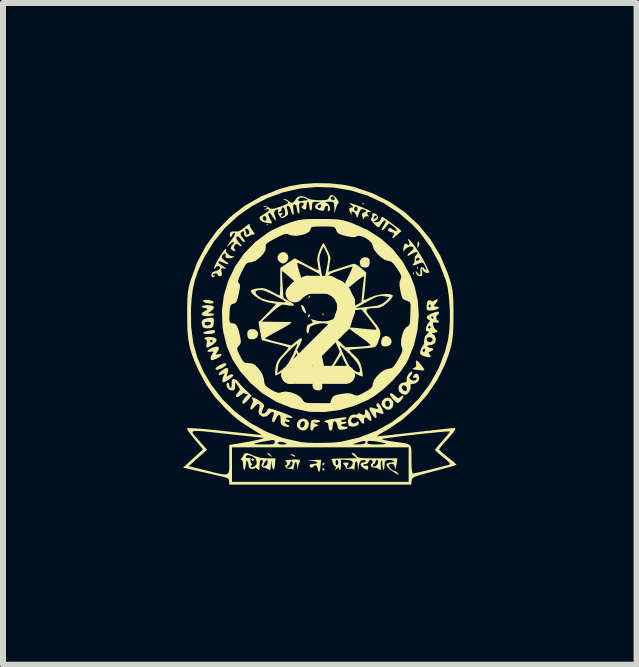
<source format=kicad_pcb>
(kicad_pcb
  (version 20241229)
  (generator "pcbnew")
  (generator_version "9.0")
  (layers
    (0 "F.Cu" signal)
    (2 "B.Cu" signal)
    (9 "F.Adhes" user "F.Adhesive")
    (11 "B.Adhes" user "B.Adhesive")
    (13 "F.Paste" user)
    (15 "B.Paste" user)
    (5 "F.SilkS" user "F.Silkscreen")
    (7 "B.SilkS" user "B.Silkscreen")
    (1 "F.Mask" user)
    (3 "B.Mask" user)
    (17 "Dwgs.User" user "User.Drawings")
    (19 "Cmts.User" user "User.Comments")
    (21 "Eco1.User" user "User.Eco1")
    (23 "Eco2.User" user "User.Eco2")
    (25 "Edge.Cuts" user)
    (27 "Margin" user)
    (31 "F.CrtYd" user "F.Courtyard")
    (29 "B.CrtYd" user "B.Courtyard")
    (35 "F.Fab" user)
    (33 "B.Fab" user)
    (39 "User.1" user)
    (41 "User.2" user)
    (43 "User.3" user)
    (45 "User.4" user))
  (footprint "2"
    (layer "F.Cu")
    (at 2.285 2.515)
    (property "Reference" "2" (at 0 0 0) (layer "F.SilkS") (effects (font (size 1.5 1.5) (thickness 0.3))))
    (attr board_only exclude_from_pos_files exclude_from_bom)
    (fp_poly (pts (xy -0.873 -1.827) (xy -0.885 -1.816) (xy -0.896 -1.827) (xy -0.885 -1.839)) (stroke (width 0) (type solid)) (fill yes) (layer "F.SilkS"))
    (fp_poly (pts (xy 0.345 -0.264) (xy 0.333 -0.253) (xy 0.322 -0.264) (xy 0.333 -0.276)) (stroke (width 0) (type solid)) (fill yes) (layer "F.SilkS"))
    (fp_poly (pts (xy 0.061 -0.337) (xy 0.058 -0.323) (xy 0.046 -0.322) (xy 0.027 -0.33) (xy 0.031 -0.337) (xy 0.058 -0.34)) (stroke (width 0) (type solid)) (fill yes) (layer "F.SilkS"))
    (fp_poly (pts (xy 0.291 -0.314) (xy 0.294 -0.287) (xy 0.291 -0.283) (xy 0.277 -0.287) (xy 0.276 -0.299) (xy 0.284 -0.318)) (stroke (width 0) (type solid)) (fill yes) (layer "F.SilkS"))
    (fp_poly (pts (xy 0.728 -2.176) (xy 0.725 -2.162) (xy 0.713 -2.161) (xy 0.694 -2.169) (xy 0.697 -2.176) (xy 0.725 -2.179)) (stroke (width 0) (type solid)) (fill yes) (layer "F.SilkS"))
    (fp_poly (pts (xy 1.555 -1.027) (xy 1.558 -0.999) (xy 1.555 -0.996) (xy 1.542 -0.999) (xy 1.54 -1.011) (xy 1.549 -1.03)) (stroke (width 0) (type solid)) (fill yes) (layer "F.SilkS"))
    (fp_poly (pts (xy 1.624 -1.119) (xy 1.627 -1.091) (xy 1.624 -1.088) (xy 1.611 -1.091) (xy 1.609 -1.103) (xy 1.617 -1.122)) (stroke (width 0) (type solid)) (fill yes) (layer "F.SilkS"))
    (fp_poly (pts (xy -0.847 1.993) (xy -0.828 2.011) (xy -0.807 2.041) (xy -0.821 2.039) (xy -0.861 2.011) (xy -0.886 1.986) (xy -0.881 1.977)) (stroke (width 0) (type solid)) (fill yes) (layer "F.SilkS"))
    (fp_poly (pts (xy -0.171 -0.329) (xy -0.175 -0.312) (xy -0.194 -0.279) (xy -0.206 -0.285) (xy -0.207 -0.297) (xy -0.19 -0.329) (xy -0.184 -0.333)) (stroke (width 0) (type solid)) (fill yes) (layer "F.SilkS"))
    (fp_poly (pts (xy 0.272 -0.634) (xy 0.297 -0.613) (xy 0.299 -0.608) (xy 0.288 -0.598) (xy 0.265 -0.62) (xy 0.262 -0.624) (xy 0.259 -0.64)) (stroke (width 0) (type solid)) (fill yes) (layer "F.SilkS"))
    (fp_poly (pts (xy -1.104 2.086) (xy -1.103 2.092) (xy -1.121 2.114) (xy -1.126 2.115) (xy -1.149 2.097) (xy -1.149 2.092) (xy -1.132 2.069) (xy -1.126 2.069)) (stroke (width 0) (type solid)) (fill yes) (layer "F.SilkS"))
    (fp_poly (pts (xy -0.437 2.012) (xy -0.425 2.023) (xy -0.416 2.041) (xy -0.429 2.04) (xy -0.471 2.023) (xy -0.5 2.008) (xy -0.487 2.002) (xy -0.478 2.001)) (stroke (width 0) (type solid)) (fill yes) (layer "F.SilkS"))
    (fp_poly (pts (xy -0.168 -0.629) (xy -0.172 -0.621) (xy -0.194 -0.599) (xy -0.198 -0.598) (xy -0.2 -0.612) (xy -0.195 -0.621) (xy -0.174 -0.643) (xy -0.17 -0.644)) (stroke (width 0) (type solid)) (fill yes) (layer "F.SilkS"))
    (fp_poly (pts (xy 0.068 2.246) (xy 0.069 2.253) (xy 0.061 2.275) (xy 0.059 2.276) (xy 0.039 2.26) (xy 0.034 2.253) (xy 0.036 2.231) (xy 0.045 2.23)) (stroke (width 0) (type solid)) (fill yes) (layer "F.SilkS"))
    (fp_poly (pts (xy 0.069 2.156) (xy 0.069 2.161) (xy 0.051 2.183) (xy 0.045 2.184) (xy 0.031 2.17) (xy 0.034 2.161) (xy 0.055 2.139) (xy 0.059 2.138)) (stroke (width 0) (type solid)) (fill yes) (layer "F.SilkS"))
    (fp_poly (pts (xy 1.64 -1.542) (xy 1.65 -1.5) (xy 1.64 -1.467) (xy 1.624 -1.436) (xy 1.618 -1.444) (xy 1.617 -1.49) (xy 1.622 -1.539) (xy 1.638 -1.543)) (stroke (width 0) (type solid)) (fill yes) (layer "F.SilkS"))
    (fp_poly (pts (xy 0.401 -0.465) (xy 0.387 -0.425) (xy 0.361 -0.384) (xy 0.336 -0.366) (xy 0.323 -0.379) (xy 0.323 -0.385) (xy 0.336 -0.417) (xy 0.365 -0.456) (xy 0.393 -0.481) (xy 0.399 -0.483)) (stroke (width 0) (type solid)) (fill yes) (layer "F.SilkS"))
    (fp_poly (pts (xy -1.836 -0.564) (xy -1.792 -0.55) (xy -1.776 -0.534) (xy -1.787 -0.514) (xy -1.832 -0.509) (xy -1.9 -0.518) (xy -1.914 -0.522) (xy -1.948 -0.541) (xy -1.954 -0.555) (xy -1.935 -0.569) (xy -1.89 -0.571)) (stroke (width 0) (type solid)) (fill yes) (layer "F.SilkS"))
    (fp_poly (pts (xy -0.278 -0.464) (xy -0.267 -0.442) (xy -0.247 -0.392) (xy -0.239 -0.374) (xy -0.239 -0.348) (xy -0.247 -0.345) (xy -0.271 -0.363) (xy -0.295 -0.403) (xy -0.317 -0.455) (xy -0.319 -0.478) (xy -0.302 -0.483)) (stroke (width 0) (type solid)) (fill yes) (layer "F.SilkS"))
    (fp_poly (pts (xy 0.791 -1.273) (xy 0.82 -1.244) (xy 0.823 -1.187) (xy 0.81 -1.134) (xy 0.777 -1.112) (xy 0.754 -1.108) (xy 0.696 -1.116) (xy 0.668 -1.146) (xy 0.655 -1.207) (xy 0.679 -1.255) (xy 0.728 -1.281)) (stroke (width 0) (type solid)) (fill yes) (layer "F.SilkS"))
    (fp_poly (pts (xy -1.755 -0.061) (xy -1.753 -0.034) (xy -1.758 -0.025) (xy -1.786 -0.01) (xy -1.838 -0.002) (xy -1.895 -0.001) (xy -1.939 -0.008) (xy -1.954 -0.021) (xy -1.934 -0.036) (xy -1.886 -0.052) (xy -1.828 -0.063) (xy -1.778 -0.067)) (stroke (width 0) (type solid)) (fill yes) (layer "F.SilkS"))
    (fp_poly (pts (xy -1.563 0.493) (xy -1.573 0.519) (xy -1.612 0.552) (xy -1.631 0.563) (xy -1.702 0.593) (xy -1.74 0.592) (xy -1.747 0.575) (xy -1.728 0.551) (xy -1.684 0.521) (xy -1.632 0.495) (xy -1.589 0.483) (xy -1.587 0.483)) (stroke (width 0) (type solid)) (fill yes) (layer "F.SilkS"))
    (fp_poly (pts (xy -1.096 -0.081) (xy -1.05 -0.049) (xy -1.034 -0.002) (xy -1.053 0.055) (xy -1.102 0.085) (xy -1.169 0.084) (xy -1.19 0.077) (xy -1.21 0.048) (xy -1.218 -0.001) (xy -1.208 -0.054) (xy -1.171 -0.08) (xy -1.161 -0.083)) (stroke (width 0) (type solid)) (fill yes) (layer "F.SilkS"))
    (fp_poly (pts (xy 0.009 0.787) (xy 0.033 0.842) (xy 0.034 0.864) (xy 0.027 0.914) (xy -0.006 0.935) (xy -0.025 0.938) (xy -0.081 0.931) (xy -0.113 0.91) (xy -0.134 0.854) (xy -0.115 0.799) (xy -0.086 0.773) (xy -0.034 0.761)) (stroke (width 0) (type solid)) (fill yes) (layer "F.SilkS"))
    (fp_poly (pts (xy -0.575 -1.356) (xy -0.538 -1.315) (xy -0.531 -1.259) (xy -0.555 -1.21) (xy -0.573 -1.196) (xy -0.612 -1.177) (xy -0.638 -1.178) (xy -0.672 -1.197) (xy -0.709 -1.238) (xy -0.713 -1.287) (xy -0.689 -1.333) (xy -0.648 -1.363) (xy -0.594 -1.364)) (stroke (width 0) (type solid)) (fill yes) (layer "F.SilkS"))
    (fp_poly (pts (xy 1.142 0.045) (xy 1.178 0.082) (xy 1.189 0.131) (xy 1.171 0.174) (xy 1.129 0.199) (xy 1.073 0.207) (xy 1.029 0.194) (xy 1.027 0.192) (xy 1.012 0.15) (xy 1.018 0.094) (xy 1.042 0.049) (xy 1.045 0.047) (xy 1.094 0.029)) (stroke (width 0) (type solid)) (fill yes) (layer "F.SilkS"))
    (fp_poly (pts (xy 1.216 1.001) (xy 1.24 1.022) (xy 1.283 1.059) (xy 1.31 1.066) (xy 1.332 1.047) (xy 1.366 1.024) (xy 1.384 1.026) (xy 1.383 1.047) (xy 1.36 1.085) (xy 1.327 1.124) (xy 1.296 1.147) (xy 1.288 1.149) (xy 1.264 1.134) (xy 1.223 1.097) (xy 1.209 1.082) (xy 1.168 1.029) (xy 1.158 0.992) (xy 1.175 0.981)) (stroke (width 0) (type solid)) (fill yes) (layer "F.SilkS"))
    (fp_poly (pts (xy 1.627 0.455) (xy 1.664 0.493) (xy 1.7 0.538) (xy 1.726 0.579) (xy 1.732 0.602) (xy 1.73 0.602) (xy 1.699 0.604) (xy 1.639 0.6) (xy 1.609 0.596) (xy 1.55 0.586) (xy 1.532 0.577) (xy 1.551 0.566) (xy 1.557 0.564) (xy 1.594 0.54) (xy 1.596 0.497) (xy 1.595 0.492) (xy 1.591 0.451) (xy 1.601 0.438)) (stroke (width 0) (type solid)) (fill yes) (layer "F.SilkS"))
    (fp_poly (pts (xy -0.022 1.433) (xy -0.001 1.449) (xy -0.017 1.466) (xy -0.063 1.473) (xy -0.126 1.474) (xy -0.069 1.5) (xy -0.03 1.518) (xy -0.031 1.527) (xy -0.063 1.534) (xy -0.104 1.554) (xy -0.115 1.576) (xy -0.131 1.606) (xy -0.144 1.609) (xy -0.163 1.591) (xy -0.166 1.535) (xy -0.165 1.517) (xy -0.156 1.458) (xy -0.138 1.432) (xy -0.096 1.425) (xy -0.078 1.425)) (stroke (width 0) (type solid)) (fill yes) (layer "F.SilkS"))
    (fp_poly (pts (xy -0.214 1.433) (xy -0.189 1.485) (xy -0.202 1.55) (xy -0.243 1.598) (xy -0.301 1.605) (xy -0.351 1.584) (xy -0.387 1.542) (xy -0.389 1.508) (xy -0.337 1.508) (xy -0.331 1.543) (xy -0.303 1.559) (xy -0.274 1.541) (xy -0.257 1.498) (xy -0.263 1.457) (xy -0.283 1.448) (xy -0.319 1.467) (xy -0.337 1.508) (xy -0.389 1.508) (xy -0.391 1.49) (xy -0.366 1.442) (xy -0.32 1.41) (xy -0.274 1.406)) (stroke (width 0) (type solid)) (fill yes) (layer "F.SilkS"))
    (fp_poly (pts (xy 1.175 1.074) (xy 1.21 1.119) (xy 1.218 1.161) (xy 1.201 1.224) (xy 1.159 1.258) (xy 1.103 1.257) (xy 1.046 1.218) (xy 1.018 1.175) (xy 1.021 1.155) (xy 1.078 1.155) (xy 1.089 1.195) (xy 1.096 1.203) (xy 1.129 1.213) (xy 1.155 1.189) (xy 1.161 1.159) (xy 1.143 1.119) (xy 1.121 1.108) (xy 1.091 1.119) (xy 1.078 1.155) (xy 1.021 1.155) (xy 1.024 1.129) (xy 1.03 1.115) (xy 1.071 1.069) (xy 1.124 1.056)) (stroke (width 0) (type solid)) (fill yes) (layer "F.SilkS"))
    (fp_poly (pts (xy -1.801 -0.475) (xy -1.77 -0.452) (xy -1.783 -0.417) (xy -1.822 -0.383) (xy -1.873 -0.347) (xy -1.822 -0.346) (xy -1.776 -0.339) (xy -1.769 -0.325) (xy -1.792 -0.311) (xy -1.842 -0.3) (xy -1.873 -0.299) (xy -1.943 -0.304) (xy -1.974 -0.32) (xy -1.977 -0.332) (xy -1.958 -0.365) (xy -1.931 -0.379) (xy -1.894 -0.4) (xy -1.885 -0.415) (xy -1.904 -0.433) (xy -1.931 -0.437) (xy -1.968 -0.446) (xy -1.977 -0.46) (xy -1.956 -0.473) (xy -1.904 -0.482) (xy -1.873 -0.483)) (stroke (width 0) (type solid)) (fill yes) (layer "F.SilkS"))
    (fp_poly (pts (xy 0.984 1.168) (xy 1.011 1.212) (xy 1.037 1.264) (xy 1.051 1.308) (xy 1.05 1.326) (xy 1.02 1.328) (xy 0.977 1.314) (xy 0.936 1.299) (xy 0.926 1.312) (xy 0.933 1.345) (xy 0.937 1.39) (xy 0.921 1.399) (xy 0.89 1.374) (xy 0.852 1.319) (xy 0.82 1.255) (xy 0.82 1.224) (xy 0.854 1.221) (xy 0.897 1.235) (xy 0.945 1.245) (xy 0.967 1.237) (xy 0.955 1.215) (xy 0.942 1.207) (xy 0.93 1.18) (xy 0.946 1.154) (xy 0.962 1.149)) (stroke (width 0) (type solid)) (fill yes) (layer "F.SilkS"))
    (fp_poly (pts (xy -1.789 -0.271) (xy -1.773 -0.245) (xy -1.774 -0.193) (xy -1.774 -0.19) (xy -1.783 -0.133) (xy -1.805 -0.107) (xy -1.855 -0.097) (xy -1.865 -0.096) (xy -1.929 -0.099) (xy -1.96 -0.121) (xy -1.962 -0.127) (xy -1.972 -0.173) (xy -1.929 -0.173) (xy -1.915 -0.152) (xy -1.877 -0.141) (xy -1.836 -0.158) (xy -1.822 -0.178) (xy -1.833 -0.201) (xy -1.871 -0.207) (xy -1.92 -0.198) (xy -1.929 -0.173) (xy -1.972 -0.173) (xy -1.978 -0.197) (xy -1.957 -0.24) (xy -1.905 -0.261) (xy -1.829 -0.274)) (stroke (width 0) (type solid)) (fill yes) (layer "F.SilkS"))
    (fp_poly (pts (xy -1.691 0.217) (xy -1.692 0.255) (xy -1.717 0.299) (xy -1.74 0.335) (xy -1.733 0.342) (xy -1.706 0.335) (xy -1.66 0.329) (xy -1.646 0.344) (xy -1.664 0.371) (xy -1.712 0.4) (xy -1.714 0.402) (xy -1.773 0.426) (xy -1.803 0.434) (xy -1.817 0.429) (xy -1.827 0.414) (xy -1.826 0.381) (xy -1.805 0.337) (xy -1.782 0.298) (xy -1.79 0.288) (xy -1.827 0.293) (xy -1.873 0.295) (xy -1.883 0.281) (xy -1.858 0.256) (xy -1.802 0.227) (xy -1.794 0.224) (xy -1.726 0.206)) (stroke (width 0) (type solid)) (fill yes) (layer "F.SilkS"))
    (fp_poly (pts (xy -1.805 0.049) (xy -1.76 0.06) (xy -1.727 0.088) (xy -1.736 0.126) (xy -1.786 0.172) (xy -1.801 0.182) (xy -1.862 0.217) (xy -1.893 0.225) (xy -1.9 0.204) (xy -1.893 0.161) (xy -1.89 0.115) (xy -1.839 0.115) (xy -1.821 0.137) (xy -1.816 0.138) (xy -1.794 0.12) (xy -1.793 0.115) (xy -1.81 0.093) (xy -1.816 0.092) (xy -1.838 0.109) (xy -1.839 0.115) (xy -1.89 0.115) (xy -1.89 0.108) (xy -1.905 0.092) (xy -1.93 0.076) (xy -1.931 0.069) (xy -1.911 0.053) (xy -1.863 0.046)) (stroke (width 0) (type solid)) (fill yes) (layer "F.SilkS"))
    (fp_poly (pts (xy -1.532 0.6) (xy -1.55 0.671) (xy -1.552 0.678) (xy -1.561 0.709) (xy -1.546 0.702) (xy -1.539 0.695) (xy -1.498 0.671) (xy -1.462 0.669) (xy -1.448 0.688) (xy -1.466 0.71) (xy -1.508 0.744) (xy -1.559 0.778) (xy -1.602 0.801) (xy -1.618 0.805) (xy -1.63 0.786) (xy -1.632 0.769) (xy -1.622 0.719) (xy -1.607 0.686) (xy -1.593 0.655) (xy -1.608 0.655) (xy -1.632 0.667) (xy -1.68 0.684) (xy -1.696 0.673) (xy -1.68 0.642) (xy -1.644 0.607) (xy -1.581 0.567) (xy -1.543 0.565)) (stroke (width 0) (type solid)) (fill yes) (layer "F.SilkS"))
    (fp_poly (pts (xy 0.005 2.178) (xy -0.003 2.25) (xy -0.01 2.285) (xy -0.02 2.292) (xy -0.029 2.285) (xy -0.044 2.25) (xy -0.046 2.226) (xy -0.061 2.192) (xy -0.093 2.185) (xy -0.119 2.208) (xy -0.12 2.211) (xy -0.143 2.226) (xy -0.157 2.221) (xy -0.183 2.192) (xy -0.168 2.17) (xy -0.116 2.161) (xy -0.115 2.161) (xy -0.061 2.155) (xy -0.048 2.14) (xy -0.071 2.123) (xy -0.128 2.11) (xy -0.144 2.109) (xy -0.194 2.104) (xy -0.204 2.1) (xy -0.173 2.098) (xy -0.114 2.096) (xy 0.014 2.092)) (stroke (width 0) (type solid)) (fill yes) (layer "F.SilkS"))
    (fp_poly (pts (xy 1.955 -0.574) (xy 1.944 -0.541) (xy 1.916 -0.502) (xy 1.891 -0.471) (xy 1.903 -0.461) (xy 1.929 -0.46) (xy 1.97 -0.453) (xy 1.974 -0.436) (xy 1.949 -0.416) (xy 1.9 -0.4) (xy 1.866 -0.395) (xy 1.805 -0.393) (xy 1.778 -0.403) (xy 1.77 -0.437) (xy 1.77 -0.466) (xy 1.802 -0.466) (xy 1.805 -0.458) (xy 1.828 -0.438) (xy 1.838 -0.461) (xy 1.839 -0.473) (xy 1.828 -0.496) (xy 1.816 -0.494) (xy 1.802 -0.466) (xy 1.77 -0.466) (xy 1.77 -0.469) (xy 1.779 -0.535) (xy 1.803 -0.568) (xy 1.836 -0.562) (xy 1.845 -0.555) (xy 1.876 -0.544) (xy 1.912 -0.567) (xy 1.944 -0.586)) (stroke (width 0) (type solid)) (fill yes) (layer "F.SilkS"))
    (fp_poly (pts (xy -0.143 -0.249) (xy -0.126 -0.242) (xy -0.051 -0.221) (xy 0.037 -0.212) (xy 0.117 -0.217) (xy 0.16 -0.23) (xy 0.202 -0.244) (xy 0.228 -0.239) (xy 0.226 -0.222) (xy 0.21 -0.209) (xy 0.201 -0.191) (xy 0.234 -0.171) (xy 0.251 -0.165) (xy 0.3 -0.141) (xy 0.318 -0.104) (xy 0.318 -0.064) (xy 0.315 -0.018) (xy 0.312 -0.016) (xy 0.306 -0.05) (xy 0.29 -0.092) (xy 0.252 -0.123) (xy 0.19 -0.148) (xy 0.099 -0.175) (xy 0.027 -0.182) (xy -0.047 -0.171) (xy -0.095 -0.157) (xy -0.155 -0.133) (xy -0.181 -0.102) (xy -0.184 -0.078) (xy -0.193 -0.031) (xy -0.207 -0.011) (xy -0.223 -0.021) (xy -0.23 -0.067) (xy -0.23 -0.077) (xy -0.224 -0.133) (xy -0.199 -0.161) (xy -0.17 -0.171) (xy -0.13 -0.185) (xy -0.129 -0.206) (xy -0.142 -0.224) (xy -0.16 -0.25)) (stroke (width 0) (type solid)) (fill yes) (layer "F.SilkS"))
    (fp_poly (pts (xy 0.437 1.399) (xy 0.418 1.42) (xy 0.391 1.425) (xy 0.353 1.435) (xy 0.345 1.45) (xy 0.363 1.464) (xy 0.391 1.46) (xy 0.428 1.457) (xy 0.437 1.47) (xy 0.418 1.49) (xy 0.391 1.494) (xy 0.353 1.504) (xy 0.345 1.517) (xy 0.364 1.534) (xy 0.402 1.54) (xy 0.449 1.547) (xy 0.457 1.563) (xy 0.428 1.58) (xy 0.379 1.59) (xy 0.325 1.593) (xy 0.299 1.575) (xy 0.285 1.526) (xy 0.285 1.524) (xy 0.264 1.465) (xy 0.237 1.448) (xy 0.215 1.472) (xy 0.207 1.529) (xy 0.199 1.588) (xy 0.176 1.609) (xy 0.172 1.609) (xy 0.145 1.588) (xy 0.138 1.54) (xy 0.128 1.485) (xy 0.103 1.471) (xy 0.073 1.46) (xy 0.069 1.451) (xy 0.09 1.437) (xy 0.143 1.423) (xy 0.187 1.415) (xy 0.27 1.403) (xy 0.345 1.391) (xy 0.371 1.387) (xy 0.421 1.384)) (stroke (width 0) (type solid)) (fill yes) (layer "F.SilkS"))
    (fp_poly (pts (xy -0.355 2.091) (xy -0.335 2.108) (xy -0.342 2.123) (xy -0.361 2.164) (xy -0.374 2.218) (xy -0.38 2.256) (xy -0.384 2.252) (xy -0.387 2.206) (xy -0.387 2.196) (xy -0.396 2.141) (xy -0.411 2.128) (xy -0.429 2.155) (xy -0.443 2.218) (xy -0.451 2.258) (xy -0.456 2.262) (xy -0.456 2.261) (xy -0.477 2.243) (xy -0.502 2.245) (xy -0.549 2.238) (xy -0.573 2.22) (xy -0.58 2.207) (xy -0.552 2.207) (xy -0.546 2.227) (xy -0.52 2.224) (xy -0.496 2.216) (xy -0.47 2.19) (xy -0.46 2.152) (xy -0.468 2.121) (xy -0.483 2.115) (xy -0.503 2.133) (xy -0.506 2.149) (xy -0.518 2.18) (xy -0.529 2.184) (xy -0.551 2.201) (xy -0.552 2.207) (xy -0.58 2.207) (xy -0.589 2.19) (xy -0.577 2.184) (xy -0.554 2.169) (xy -0.555 2.14) (xy -0.578 2.115) (xy -0.592 2.111) (xy -0.595 2.107) (xy -0.56 2.1) (xy -0.517 2.094) (xy -0.417 2.086)) (stroke (width 0) (type solid)) (fill yes) (layer "F.SilkS"))
    (fp_poly (pts (xy 0.78 1.264) (xy 0.811 1.305) (xy 0.826 1.331) (xy 0.849 1.391) (xy 0.852 1.432) (xy 0.836 1.447) (xy 0.807 1.427) (xy 0.795 1.412) (xy 0.759 1.386) (xy 0.732 1.398) (xy 0.727 1.44) (xy 0.729 1.448) (xy 0.729 1.486) (xy 0.709 1.492) (xy 0.681 1.468) (xy 0.663 1.438) (xy 0.628 1.4) (xy 0.579 1.385) (xy 0.534 1.396) (xy 0.51 1.431) (xy 0.52 1.47) (xy 0.553 1.489) (xy 0.589 1.481) (xy 0.599 1.469) (xy 0.623 1.45) (xy 0.64 1.466) (xy 0.636 1.504) (xy 0.636 1.505) (xy 0.606 1.528) (xy 0.553 1.54) (xy 0.501 1.537) (xy 0.475 1.525) (xy 0.464 1.493) (xy 0.46 1.445) (xy 0.477 1.387) (xy 0.52 1.347) (xy 0.574 1.338) (xy 0.586 1.342) (xy 0.619 1.337) (xy 0.627 1.326) (xy 0.644 1.312) (xy 0.673 1.329) (xy 0.715 1.348) (xy 0.743 1.336) (xy 0.744 1.3) (xy 0.744 1.3) (xy 0.747 1.264) (xy 0.756 1.254)) (stroke (width 0) (type solid)) (fill yes) (layer "F.SilkS"))
    (fp_poly (pts (xy -1.393 0.765) (xy -1.37 0.79) (xy -1.34 0.829) (xy -1.289 0.885) (xy -1.244 0.93) (xy -1.143 1.026) (xy -1.211 1.103) (xy -1.259 1.15) (xy -1.289 1.159) (xy -1.298 1.151) (xy -1.295 1.115) (xy -1.259 1.062) (xy -1.25 1.052) (xy -1.216 1.013) (xy -1.206 0.995) (xy -1.211 0.997) (xy -1.245 0.996) (xy -1.254 0.987) (xy -1.28 0.982) (xy -1.322 1.012) (xy -1.371 1.046) (xy -1.403 1.047) (xy -1.408 1.022) (xy -1.378 0.976) (xy -1.377 0.975) (xy -1.344 0.934) (xy -1.342 0.906) (xy -1.361 0.879) (xy -1.395 0.832) (xy -1.41 0.805) (xy -1.418 0.801) (xy -1.419 0.835) (xy -1.419 0.85) (xy -1.421 0.908) (xy -1.443 0.934) (xy -1.455 0.938) (xy -1.507 0.931) (xy -1.53 0.919) (xy -1.554 0.882) (xy -1.563 0.839) (xy -1.552 0.809) (xy -1.54 0.805) (xy -1.521 0.824) (xy -1.517 0.85) (xy -1.507 0.888) (xy -1.494 0.896) (xy -1.48 0.877) (xy -1.476 0.828) (xy -1.477 0.822) (xy -1.476 0.769) (xy -1.456 0.749) (xy -1.439 0.747)) (stroke (width 0) (type solid)) (fill yes) (layer "F.SilkS"))
    (fp_poly (pts (xy 1.53 0.626) (xy 1.53 0.654) (xy 1.509 0.686) (xy 1.483 0.721) (xy 1.491 0.746) (xy 1.505 0.758) (xy 1.547 0.775) (xy 1.589 0.767) (xy 1.609 0.739) (xy 1.609 0.737) (xy 1.592 0.724) (xy 1.575 0.727) (xy 1.545 0.727) (xy 1.544 0.704) (xy 1.571 0.67) (xy 1.572 0.669) (xy 1.605 0.657) (xy 1.632 0.678) (xy 1.65 0.729) (xy 1.633 0.781) (xy 1.59 0.818) (xy 1.55 0.828) (xy 1.507 0.834) (xy 1.501 0.858) (xy 1.504 0.865) (xy 1.502 0.91) (xy 1.479 0.961) (xy 1.445 1) (xy 1.419 1.01) (xy 1.371 1) (xy 1.362 0.996) (xy 1.315 0.958) (xy 1.3 0.906) (xy 1.306 0.88) (xy 1.356 0.88) (xy 1.371 0.922) (xy 1.384 0.938) (xy 1.418 0.951) (xy 1.441 0.931) (xy 1.442 0.89) (xy 1.44 0.887) (xy 1.414 0.858) (xy 1.38 0.852) (xy 1.358 0.871) (xy 1.356 0.88) (xy 1.306 0.88) (xy 1.312 0.853) (xy 1.35 0.814) (xy 1.393 0.805) (xy 1.434 0.798) (xy 1.44 0.772) (xy 1.438 0.762) (xy 1.44 0.722) (xy 1.461 0.676) (xy 1.491 0.638) (xy 1.52 0.622)) (stroke (width 0) (type solid)) (fill yes) (layer "F.SilkS"))
    (fp_poly (pts (xy 0.535 -2.172) (xy 0.614 -2.144) (xy 0.63 -2.138) (xy 0.717 -2.104) (xy 0.788 -2.073) (xy 0.831 -2.05) (xy 0.837 -2.045) (xy 0.847 -2.029) (xy 0.822 -2.035) (xy 0.79 -2.033) (xy 0.781 -2.008) (xy 0.796 -1.977) (xy 0.81 -1.967) (xy 0.815 -1.96) (xy 0.788 -1.963) (xy 0.743 -1.957) (xy 0.73 -1.934) (xy 0.722 -1.91) (xy 0.71 -1.929) (xy 0.706 -1.938) (xy 0.691 -1.994) (xy 0.703 -2.019) (xy 0.724 -2.023) (xy 0.755 -2.035) (xy 0.759 -2.046) (xy 0.751 -2.068) (xy 0.749 -2.069) (xy 0.722 -2.076) (xy 0.705 -2.082) (xy 0.676 -2.075) (xy 0.649 -2.028) (xy 0.642 -2.007) (xy 0.623 -1.954) (xy 0.611 -1.94) (xy 0.602 -1.962) (xy 0.598 -1.977) (xy 0.574 -2.023) (xy 0.545 -2.042) (xy 0.517 -2.037) (xy 0.519 -2.007) (xy 0.526 -1.98) (xy 0.513 -1.995) (xy 0.509 -2.001) (xy 0.482 -2.057) (xy 0.483 -2.091) (xy 0.563 -2.091) (xy 0.567 -2.062) (xy 0.569 -2.06) (xy 0.601 -2.047) (xy 0.62 -2.071) (xy 0.621 -2.079) (xy 0.608 -2.117) (xy 0.6 -2.125) (xy 0.577 -2.12) (xy 0.563 -2.091) (xy 0.483 -2.091) (xy 0.483 -2.095) (xy 0.5 -2.105) (xy 0.54 -2.111) (xy 0.546 -2.112) (xy 0.542 -2.127) (xy 0.51 -2.157) (xy 0.506 -2.161) (xy 0.485 -2.18) (xy 0.493 -2.184)) (stroke (width 0) (type solid)) (fill yes) (layer "F.SilkS"))
    (fp_poly (pts (xy -1.57 -1.411) (xy -1.574 -1.403) (xy -1.57 -1.372) (xy -1.54 -1.334) (xy -1.499 -1.304) (xy -1.461 -1.296) (xy -1.457 -1.297) (xy -1.434 -1.297) (xy -1.437 -1.287) (xy -1.468 -1.271) (xy -1.521 -1.264) (xy -1.569 -1.27) (xy -1.58 -1.29) (xy -1.578 -1.298) (xy -1.576 -1.335) (xy -1.597 -1.344) (xy -1.626 -1.32) (xy -1.632 -1.311) (xy -1.643 -1.276) (xy -1.624 -1.248) (xy -1.587 -1.222) (xy -1.545 -1.191) (xy -1.53 -1.168) (xy -1.532 -1.165) (xy -1.559 -1.166) (xy -1.607 -1.186) (xy -1.612 -1.189) (xy -1.661 -1.21) (xy -1.693 -1.211) (xy -1.694 -1.21) (xy -1.693 -1.186) (xy -1.678 -1.172) (xy -1.633 -1.142) (xy -1.598 -1.115) (xy -1.567 -1.089) (xy -1.574 -1.085) (xy -1.606 -1.093) (xy -1.642 -1.099) (xy -1.652 -1.082) (xy -1.644 -1.037) (xy -1.638 -0.985) (xy -1.656 -0.966) (xy -1.695 -0.968) (xy -1.708 -0.986) (xy -1.707 -0.991) (xy -1.721 -1.007) (xy -1.747 -1.011) (xy -1.784 -1.001) (xy -1.793 -0.987) (xy -1.778 -0.974) (xy -1.766 -0.979) (xy -1.751 -0.982) (xy -1.756 -0.969) (xy -1.787 -0.943) (xy -1.81 -0.959) (xy -1.816 -0.989) (xy -1.8 -1.028) (xy -1.748 -1.049) (xy -1.695 -1.069) (xy -1.668 -1.098) (xy -1.675 -1.126) (xy -1.69 -1.135) (xy -1.727 -1.128) (xy -1.746 -1.108) (xy -1.764 -1.082) (xy -1.769 -1.097) (xy -1.769 -1.106) (xy -1.758 -1.139) (xy -1.73 -1.195) (xy -1.69 -1.264) (xy -1.648 -1.332) (xy -1.609 -1.388) (xy -1.581 -1.421) (xy -1.574 -1.425)) (stroke (width 0) (type solid)) (fill yes) (layer "F.SilkS"))
    (fp_poly (pts (xy -1.112 1.056) (xy -1.064 1.079) (xy -1.022 1.106) (xy -0.965 1.149) (xy -0.939 1.178) (xy -0.938 1.206) (xy -0.955 1.243) (xy -0.975 1.295) (xy -0.965 1.322) (xy -0.962 1.324) (xy -0.931 1.32) (xy -0.895 1.287) (xy -0.869 1.239) (xy -0.846 1.238) (xy -0.793 1.251) (xy -0.72 1.274) (xy -0.639 1.303) (xy -0.562 1.333) (xy -0.5 1.36) (xy -0.465 1.381) (xy -0.46 1.387) (xy -0.479 1.397) (xy -0.517 1.393) (xy -0.561 1.389) (xy -0.575 1.402) (xy -0.556 1.423) (xy -0.54 1.425) (xy -0.51 1.438) (xy -0.506 1.45) (xy -0.524 1.464) (xy -0.552 1.46) (xy -0.59 1.456) (xy -0.595 1.473) (xy -0.568 1.499) (xy -0.547 1.51) (xy -0.515 1.53) (xy -0.52 1.543) (xy -0.553 1.545) (xy -0.604 1.532) (xy -0.647 1.508) (xy -0.662 1.471) (xy -0.661 1.429) (xy -0.665 1.366) (xy -0.684 1.342) (xy -0.713 1.36) (xy -0.735 1.401) (xy -0.76 1.449) (xy -0.783 1.471) (xy -0.784 1.471) (xy -0.802 1.453) (xy -0.801 1.409) (xy -0.781 1.356) (xy -0.772 1.313) (xy -0.79 1.294) (xy -0.823 1.304) (xy -0.846 1.329) (xy -0.896 1.37) (xy -0.956 1.376) (xy -1.01 1.346) (xy -1.013 1.343) (xy -1.031 1.302) (xy -1.02 1.246) (xy -1.018 1.241) (xy -1.008 1.185) (xy -1.025 1.162) (xy -1.06 1.172) (xy -1.1 1.214) (xy -1.14 1.254) (xy -1.163 1.255) (xy -1.165 1.224) (xy -1.142 1.173) (xy -1.119 1.118) (xy -1.126 1.092) (xy -1.14 1.064) (xy -1.137 1.055)) (stroke (width 0) (type solid)) (fill yes) (layer "F.SilkS"))
    (fp_poly (pts (xy 0.926 -2.004) (xy 0.932 -1.999) (xy 0.963 -1.953) (xy 0.95 -1.91) (xy 0.914 -1.886) (xy 0.881 -1.871) (xy 0.888 -1.865) (xy 0.927 -1.863) (xy 0.982 -1.874) (xy 1.005 -1.908) (xy 1.02 -1.945) (xy 1.031 -1.954) (xy 1.054 -1.941) (xy 1.101 -1.909) (xy 1.162 -1.865) (xy 1.228 -1.816) (xy 1.288 -1.77) (xy 1.333 -1.735) (xy 1.352 -1.716) (xy 1.351 -1.716) (xy 1.332 -1.7) (xy 1.29 -1.663) (xy 1.27 -1.645) (xy 1.226 -1.61) (xy 1.199 -1.599) (xy 1.195 -1.603) (xy 1.212 -1.639) (xy 1.219 -1.644) (xy 1.233 -1.669) (xy 1.212 -1.692) (xy 1.171 -1.701) (xy 1.134 -1.716) (xy 1.126 -1.735) (xy 1.141 -1.766) (xy 1.177 -1.763) (xy 1.22 -1.734) (xy 1.257 -1.713) (xy 1.274 -1.721) (xy 1.266 -1.747) (xy 1.229 -1.784) (xy 1.215 -1.795) (xy 1.142 -1.847) (xy 1.089 -1.781) (xy 1.052 -1.741) (xy 1.025 -1.728) (xy 1.021 -1.729) (xy 1.024 -1.756) (xy 1.05 -1.799) (xy 1.054 -1.806) (xy 1.083 -1.854) (xy 1.089 -1.889) (xy 1.088 -1.891) (xy 1.066 -1.894) (xy 1.03 -1.857) (xy 0.989 -1.793) (xy 0.971 -1.778) (xy 0.943 -1.791) (xy 0.896 -1.836) (xy 0.896 -1.836) (xy 0.851 -1.889) (xy 0.842 -1.92) (xy 0.851 -1.931) (xy 0.858 -1.944) (xy 0.889 -1.944) (xy 0.89 -1.92) (xy 0.909 -1.923) (xy 0.939 -1.946) (xy 0.942 -1.956) (xy 0.93 -1.976) (xy 0.905 -1.967) (xy 0.889 -1.944) (xy 0.858 -1.944) (xy 0.868 -1.96) (xy 0.865 -1.973) (xy 0.863 -2.002) (xy 0.889 -2.014)) (stroke (width 0) (type solid)) (fill yes) (layer "F.SilkS"))
    (fp_poly (pts (xy 1.491 -1.565) (xy 1.536 -1.514) (xy 1.591 -1.44) (xy 1.648 -1.352) (xy 1.704 -1.259) (xy 1.734 -1.201) (xy 1.773 -1.124) (xy 1.801 -1.064) (xy 1.815 -1.032) (xy 1.816 -1.03) (xy 1.797 -1.021) (xy 1.773 -1.018) (xy 1.73 -1.034) (xy 1.705 -1.065) (xy 1.69 -1.092) (xy 1.687 -1.082) (xy 1.694 -1.04) (xy 1.699 -0.989) (xy 1.684 -0.968) (xy 1.66 -0.965) (xy 1.616 -0.981) (xy 1.6 -1.002) (xy 1.587 -1.045) (xy 1.593 -1.053) (xy 1.611 -1.029) (xy 1.643 -0.993) (xy 1.665 -0.996) (xy 1.667 -1.036) (xy 1.665 -1.043) (xy 1.665 -1.095) (xy 1.688 -1.117) (xy 1.723 -1.103) (xy 1.736 -1.088) (xy 1.762 -1.061) (xy 1.767 -1.072) (xy 1.752 -1.118) (xy 1.743 -1.137) (xy 1.719 -1.18) (xy 1.689 -1.192) (xy 1.641 -1.177) (xy 1.608 -1.16) (xy 1.564 -1.145) (xy 1.538 -1.15) (xy 1.542 -1.168) (xy 1.561 -1.182) (xy 1.573 -1.212) (xy 1.569 -1.242) (xy 1.57 -1.245) (xy 1.591 -1.245) (xy 1.598 -1.222) (xy 1.619 -1.222) (xy 1.651 -1.24) (xy 1.656 -1.253) (xy 1.64 -1.274) (xy 1.611 -1.269) (xy 1.591 -1.245) (xy 1.57 -1.245) (xy 1.577 -1.296) (xy 1.598 -1.319) (xy 1.623 -1.348) (xy 1.612 -1.366) (xy 1.578 -1.364) (xy 1.527 -1.34) (xy 1.517 -1.333) (xy 1.469 -1.305) (xy 1.45 -1.307) (xy 1.461 -1.333) (xy 1.505 -1.374) (xy 1.51 -1.378) (xy 1.55 -1.421) (xy 1.548 -1.45) (xy 1.509 -1.461) (xy 1.457 -1.447) (xy 1.413 -1.415) (xy 1.395 -1.386) (xy 1.387 -1.367) (xy 1.383 -1.393) (xy 1.382 -1.402) (xy 1.388 -1.461) (xy 1.406 -1.501) (xy 1.43 -1.511) (xy 1.445 -1.497) (xy 1.468 -1.479) (xy 1.482 -1.493) (xy 1.483 -1.53) (xy 1.47 -1.553) (xy 1.456 -1.579) (xy 1.463 -1.585)) (stroke (width 0) (type solid)) (fill yes) (layer "F.SilkS"))
    (fp_poly (pts (xy -1.176 -1.828) (xy -1.179 -1.825) (xy -1.175 -1.8) (xy -1.149 -1.753) (xy -1.131 -1.729) (xy -1.099 -1.681) (xy -1.095 -1.659) (xy -1.103 -1.66) (xy -1.147 -1.656) (xy -1.175 -1.64) (xy -1.221 -1.619) (xy -1.258 -1.629) (xy -1.273 -1.666) (xy -1.27 -1.68) (xy -1.269 -1.712) (xy -1.296 -1.71) (xy -1.296 -1.71) (xy -1.329 -1.684) (xy -1.322 -1.642) (xy -1.286 -1.596) (xy -1.258 -1.556) (xy -1.26 -1.532) (xy -1.26 -1.531) (xy -1.287 -1.538) (xy -1.32 -1.574) (xy -1.32 -1.575) (xy -1.353 -1.616) (xy -1.38 -1.632) (xy -1.401 -1.617) (xy -1.395 -1.581) (xy -1.365 -1.538) (xy -1.356 -1.529) (xy -1.322 -1.49) (xy -1.31 -1.464) (xy -1.324 -1.46) (xy -1.353 -1.48) (xy -1.388 -1.505) (xy -1.412 -1.497) (xy -1.425 -1.483) (xy -1.442 -1.446) (xy -1.425 -1.414) (xy -1.411 -1.386) (xy -1.435 -1.384) (xy -1.465 -1.394) (xy -1.492 -1.424) (xy -1.483 -1.467) (xy -1.459 -1.495) (xy -1.436 -1.523) (xy -1.436 -1.536) (xy -1.459 -1.53) (xy -1.501 -1.501) (xy -1.51 -1.492) (xy -1.549 -1.459) (xy -1.557 -1.457) (xy -1.54 -1.484) (xy -1.539 -1.486) (xy -1.502 -1.539) (xy -1.457 -1.6) (xy -1.453 -1.605) (xy -1.423 -1.657) (xy -1.423 -1.687) (xy -1.425 -1.689) (xy -1.45 -1.682) (xy -1.469 -1.651) (xy -1.486 -1.615) (xy -1.498 -1.62) (xy -1.507 -1.64) (xy -1.507 -1.685) (xy -1.473 -1.71) (xy -1.413 -1.71) (xy -1.408 -1.709) (xy -1.358 -1.712) (xy -1.328 -1.73) (xy -1.252 -1.73) (xy -1.243 -1.714) (xy -1.229 -1.681) (xy -1.234 -1.67) (xy -1.232 -1.656) (xy -1.223 -1.655) (xy -1.189 -1.672) (xy -1.183 -1.679) (xy -1.183 -1.712) (xy -1.205 -1.745) (xy -1.236 -1.759) (xy -1.245 -1.756) (xy -1.252 -1.73) (xy -1.328 -1.73) (xy -1.296 -1.75) (xy -1.275 -1.767) (xy -1.224 -1.81) (xy -1.188 -1.835) (xy -1.179 -1.839)) (stroke (width 0) (type solid)) (fill yes) (layer "F.SilkS"))
    (fp_poly (pts (xy -1.157 2.002) (xy -1.115 2.023) (xy -0.998 2.06) (xy -0.886 2.069) (xy -0.747 2.069) (xy -0.755 2.174) (xy -0.765 2.238) (xy -0.78 2.258) (xy -0.796 2.234) (xy -0.81 2.168) (xy -0.811 2.161) (xy -0.817 2.116) (xy -0.82 2.112) (xy -0.823 2.151) (xy -0.824 2.183) (xy -0.829 2.244) (xy -0.839 2.266) (xy -0.855 2.257) (xy -0.901 2.233) (xy -0.923 2.23) (xy -0.968 2.215) (xy -0.977 2.192) (xy -0.951 2.192) (xy -0.942 2.204) (xy -0.924 2.202) (xy -0.89 2.176) (xy -0.878 2.143) (xy -0.879 2.101) (xy -0.897 2.097) (xy -0.925 2.13) (xy -0.935 2.151) (xy -0.951 2.192) (xy -0.977 2.192) (xy -0.981 2.18) (xy -0.968 2.152) (xy -0.954 2.119) (xy -0.958 2.107) (xy -0.988 2.092) (xy -1.006 2.121) (xy -1.012 2.189) (xy -1.014 2.248) (xy -1.022 2.267) (xy -1.038 2.253) (xy -1.043 2.248) (xy -1.074 2.223) (xy -1.098 2.234) (xy -1.135 2.248) (xy -1.174 2.237) (xy -1.193 2.208) (xy -1.193 2.201) (xy -1.198 2.158) (xy -1.209 2.126) (xy -1.223 2.105) (xy -1.232 2.119) (xy -1.24 2.173) (xy -1.241 2.18) (xy -1.252 2.236) (xy -1.264 2.263) (xy -1.27 2.263) (xy -1.282 2.229) (xy -1.287 2.173) (xy -1.287 2.168) (xy -1.295 2.113) (xy -1.315 2.091) (xy -1.316 2.091) (xy -1.331 2.084) (xy -1.32 2.074) (xy -1.302 2.052) (xy -1.241 2.052) (xy -1.223 2.065) (xy -1.197 2.063) (xy -1.165 2.062) (xy -1.165 2.083) (xy -1.162 2.126) (xy -1.149 2.15) (xy -1.133 2.177) (xy -1.148 2.184) (xy -1.164 2.198) (xy -1.161 2.207) (xy -1.133 2.218) (xy -1.096 2.202) (xy -1.065 2.169) (xy -1.058 2.143) (xy -1.074 2.08) (xy -1.127 2.037) (xy -1.153 2.026) (xy -1.211 2.013) (xy -1.239 2.034) (xy -1.241 2.052) (xy -1.302 2.052) (xy -1.291 2.039) (xy -1.281 2.017) (xy -1.259 1.986) (xy -1.22 1.981)) (stroke (width 0) (type solid)) (fill yes) (layer "F.SilkS"))
    (fp_poly (pts (xy 1.977 -0.361) (xy 1.977 -0.355) (xy 1.964 -0.325) (xy 1.954 -0.322) (xy 1.935 -0.303) (xy 1.931 -0.276) (xy 1.94 -0.238) (xy 1.954 -0.23) (xy 1.976 -0.212) (xy 1.977 -0.204) (xy 1.958 -0.189) (xy 1.923 -0.193) (xy 1.884 -0.197) (xy 1.876 -0.175) (xy 1.88 -0.147) (xy 1.899 -0.098) (xy 1.922 -0.076) (xy 1.952 -0.054) (xy 1.942 -0.032) (xy 1.896 -0.021) (xy 1.891 -0.02) (xy 1.856 -0.016) (xy 1.864 -0.008) (xy 1.868 -0.007) (xy 1.905 0.023) (xy 1.924 0.076) (xy 1.918 0.131) (xy 1.908 0.15) (xy 1.863 0.177) (xy 1.823 0.184) (xy 1.786 0.192) (xy 1.781 0.207) (xy 1.814 0.226) (xy 1.84 0.23) (xy 1.879 0.24) (xy 1.879 0.263) (xy 1.842 0.286) (xy 1.837 0.288) (xy 1.805 0.306) (xy 1.814 0.329) (xy 1.84 0.367) (xy 1.829 0.385) (xy 1.782 0.383) (xy 1.716 0.363) (xy 1.671 0.34) (xy 1.661 0.306) (xy 1.666 0.279) (xy 1.667 0.277) (xy 1.701 0.277) (xy 1.719 0.298) (xy 1.724 0.299) (xy 1.744 0.28) (xy 1.747 0.263) (xy 1.736 0.239) (xy 1.724 0.241) (xy 1.702 0.271) (xy 1.701 0.277) (xy 1.667 0.277) (xy 1.687 0.225) (xy 1.708 0.195) (xy 1.726 0.157) (xy 1.728 0.111) (xy 1.732 0.093) (xy 1.769 0.093) (xy 1.786 0.123) (xy 1.823 0.135) (xy 1.86 0.12) (xy 1.873 0.092) (xy 1.854 0.062) (xy 1.822 0.05) (xy 1.78 0.06) (xy 1.769 0.093) (xy 1.732 0.093) (xy 1.742 0.041) (xy 1.773 0.002) (xy 1.805 -0.031) (xy 1.803 -0.044) (xy 1.785 -0.046) (xy 1.759 -0.055) (xy 1.757 -0.092) (xy 1.761 -0.109) (xy 1.763 -0.115) (xy 1.793 -0.115) (xy 1.81 -0.093) (xy 1.816 -0.092) (xy 1.838 -0.109) (xy 1.839 -0.115) (xy 1.821 -0.137) (xy 1.816 -0.138) (xy 1.794 -0.12) (xy 1.793 -0.115) (xy 1.763 -0.115) (xy 1.783 -0.166) (xy 1.808 -0.198) (xy 1.828 -0.222) (xy 1.808 -0.237) (xy 1.805 -0.238) (xy 1.772 -0.264) (xy 1.776 -0.285) (xy 1.847 -0.285) (xy 1.85 -0.276) (xy 1.871 -0.254) (xy 1.875 -0.253) (xy 1.885 -0.271) (xy 1.885 -0.276) (xy 1.867 -0.298) (xy 1.861 -0.299) (xy 1.847 -0.285) (xy 1.776 -0.285) (xy 1.779 -0.298) (xy 1.824 -0.332) (xy 1.873 -0.353) (xy 1.936 -0.372) (xy 1.967 -0.375)) (stroke (width 0) (type solid)) (fill yes) (layer "F.SilkS"))
    (fp_poly (pts (xy 0.576 1.995) (xy 0.598 2.023) (xy 0.61 2.041) (xy 0.631 2.053) (xy 0.667 2.062) (xy 0.726 2.066) (xy 0.815 2.068) (xy 0.943 2.069) (xy 0.953 2.069) (xy 1.284 2.069) (xy 1.271 2.155) (xy 1.259 2.221) (xy 1.249 2.25) (xy 1.242 2.238) (xy 1.241 2.211) (xy 1.223 2.172) (xy 1.183 2.158) (xy 1.142 2.176) (xy 1.143 2.202) (xy 1.168 2.237) (xy 1.204 2.267) (xy 1.231 2.276) (xy 1.268 2.292) (xy 1.287 2.31) (xy 1.307 2.337) (xy 1.299 2.341) (xy 1.26 2.321) (xy 1.218 2.296) (xy 1.144 2.242) (xy 1.106 2.195) (xy 1.106 2.16) (xy 1.144 2.14) (xy 1.177 2.138) (xy 1.225 2.133) (xy 1.231 2.119) (xy 1.226 2.113) (xy 1.186 2.097) (xy 1.135 2.096) (xy 1.091 2.106) (xy 1.072 2.133) (xy 1.069 2.187) (xy 1.065 2.239) (xy 1.055 2.261) (xy 1.052 2.261) (xy 1.04 2.233) (xy 1.035 2.178) (xy 1.034 2.167) (xy 1.031 2.118) (xy 1.021 2.099) (xy 1.018 2.101) (xy 1.008 2.133) (xy 1.006 2.19) (xy 1.007 2.202) (xy 1.008 2.255) (xy 1 2.268) (xy 0.983 2.252) (xy 0.938 2.227) (xy 0.905 2.225) (xy 0.859 2.216) (xy 0.843 2.196) (xy 0.842 2.185) (xy 0.873 2.185) (xy 0.887 2.206) (xy 0.916 2.201) (xy 0.946 2.176) (xy 0.961 2.143) (xy 0.958 2.103) (xy 0.944 2.092) (xy 0.922 2.11) (xy 0.919 2.126) (xy 0.907 2.157) (xy 0.896 2.161) (xy 0.874 2.178) (xy 0.873 2.185) (xy 0.842 2.185) (xy 0.842 2.166) (xy 0.851 2.161) (xy 0.871 2.142) (xy 0.873 2.126) (xy 0.855 2.096) (xy 0.839 2.092) (xy 0.809 2.11) (xy 0.805 2.126) (xy 0.785 2.154) (xy 0.759 2.161) (xy 0.721 2.169) (xy 0.713 2.182) (xy 0.731 2.194) (xy 0.757 2.191) (xy 0.792 2.192) (xy 0.799 2.225) (xy 0.792 2.256) (xy 0.772 2.258) (xy 0.731 2.239) (xy 0.684 2.203) (xy 0.668 2.168) (xy 0.685 2.143) (xy 0.713 2.138) (xy 0.75 2.127) (xy 0.759 2.113) (xy 0.74 2.097) (xy 0.707 2.096) (xy 0.67 2.111) (xy 0.65 2.153) (xy 0.641 2.195) (xy 0.627 2.287) (xy 0.624 2.201) (xy 0.616 2.145) (xy 0.602 2.116) (xy 0.598 2.115) (xy 0.582 2.135) (xy 0.574 2.185) (xy 0.573 2.201) (xy 0.569 2.248) (xy 0.562 2.263) (xy 0.559 2.258) (xy 0.53 2.24) (xy 0.493 2.244) (xy 0.445 2.244) (xy 0.421 2.215) (xy 0.396 2.171) (xy 0.381 2.155) (xy 0.382 2.144) (xy 0.42 2.138) (xy 0.422 2.138) (xy 0.466 2.141) (xy 0.471 2.156) (xy 0.459 2.173) (xy 0.442 2.208) (xy 0.446 2.224) (xy 0.476 2.228) (xy 0.512 2.204) (xy 0.537 2.166) (xy 0.54 2.147) (xy 0.531 2.118) (xy 0.495 2.102) (xy 0.442 2.096) (xy 0.345 2.089) (xy 0.345 2.184) (xy 0.34 2.243) (xy 0.327 2.265) (xy 0.321 2.264) (xy 0.309 2.235) (xy 0.314 2.222) (xy 0.31 2.216) (xy 0.281 2.236) (xy 0.274 2.241) (xy 0.243 2.264) (xy 0.243 2.256) (xy 0.248 2.25) (xy 0.265 2.217) (xy 0.245 2.2) (xy 0.242 2.199) (xy 0.213 2.167) (xy 0.207 2.14) (xy 0.206 2.138) (xy 0.253 2.138) (xy 0.262 2.175) (xy 0.276 2.184) (xy 0.295 2.164) (xy 0.299 2.138) (xy 0.289 2.1) (xy 0.276 2.092) (xy 0.257 2.111) (xy 0.253 2.138) (xy 0.206 2.138) (xy 0.194 2.098) (xy 0.178 2.084) (xy 0.187 2.079) (xy 0.234 2.074) (xy 0.31 2.071) (xy 0.379 2.07) (xy 0.609 2.067) (xy 0.555 2.022) (xy 0.522 1.99) (xy 0.527 1.978) (xy 0.537 1.977)) (stroke (width 0) (type solid)) (fill yes) (layer "F.SilkS"))
    (fp_poly (pts (xy 0.21 -2.315) (xy 0.258 -2.276) (xy 0.276 -2.253) (xy 0.302 -2.209) (xy 0.307 -2.185) (xy 0.304 -2.184) (xy 0.286 -2.164) (xy 0.265 -2.114) (xy 0.26 -2.098) (xy 0.236 -2.011) (xy 0.233 -2.109) (xy 0.229 -2.17) (xy 0.215 -2.198) (xy 0.178 -2.205) (xy 0.144 -2.205) (xy 0.092 -2.203) (xy 0.081 -2.197) (xy 0.108 -2.183) (xy 0.109 -2.183) (xy 0.141 -2.155) (xy 0.16 -2.111) (xy 0.162 -2.07) (xy 0.143 -2.047) (xy 0.136 -2.046) (xy 0.122 -2.064) (xy 0.126 -2.092) (xy 0.128 -2.129) (xy 0.105 -2.138) (xy 0.075 -2.118) (xy 0.069 -2.091) (xy 0.062 -2.06) (xy 0.031 -2.055) (xy 0.006 -2.06) (xy -0.048 -2.077) (xy -0.078 -2.093) (xy -0.089 -2.124) (xy -0.046 -2.124) (xy -0.033 -2.099) (xy -0.005 -2.103) (xy 0.018 -2.133) (xy 0.008 -2.157) (xy -0.01 -2.161) (xy -0.041 -2.142) (xy -0.046 -2.124) (xy -0.089 -2.124) (xy -0.09 -2.128) (xy -0.068 -2.165) (xy -0.022 -2.19) (xy -0.019 -2.19) (xy 0.001 -2.197) (xy -0.025 -2.202) (xy -0.052 -2.204) (xy -0.108 -2.203) (xy -0.132 -2.187) (xy -0.138 -2.143) (xy -0.138 -2.125) (xy -0.143 -2.073) (xy -0.158 -2.056) (xy -0.161 -2.057) (xy -0.177 -2.088) (xy -0.184 -2.139) (xy -0.191 -2.187) (xy -0.207 -2.207) (xy -0.223 -2.187) (xy -0.23 -2.139) (xy -0.23 -2.138) (xy -0.236 -2.084) (xy -0.258 -2.072) (xy -0.299 -2.094) (xy -0.32 -2.117) (xy -0.305 -2.13) (xy -0.277 -2.156) (xy -0.281 -2.183) (xy -0.313 -2.192) (xy -0.319 -2.191) (xy -0.347 -2.176) (xy -0.355 -2.142) (xy -0.35 -2.086) (xy -0.346 -2.026) (xy -0.355 -2.006) (xy -0.364 -2.009) (xy -0.383 -2.042) (xy -0.391 -2.093) (xy -0.401 -2.146) (xy -0.427 -2.161) (xy -0.449 -2.153) (xy -0.455 -2.122) (xy -0.448 -2.066) (xy -0.443 -2.005) (xy -0.454 -1.985) (xy -0.471 -2.004) (xy -0.49 -2.064) (xy -0.491 -2.068) (xy -0.511 -2.118) (xy -0.538 -2.138) (xy -0.559 -2.13) (xy -0.558 -2.099) (xy -0.548 -2.068) (xy -0.535 -2.014) (xy -0.547 -1.981) (xy -0.566 -1.965) (xy -0.612 -1.939) (xy -0.637 -1.932) (xy -0.67 -1.95) (xy -0.697 -1.994) (xy -0.703 -2.024) (xy -0.69 -2.024) (xy -0.672 -2.012) (xy -0.649 -2.016) (xy -0.623 -2.023) (xy -0.63 -2.006) (xy -0.641 -1.993) (xy -0.66 -1.963) (xy -0.646 -1.954) (xy -0.637 -1.954) (xy -0.599 -1.972) (xy -0.59 -1.986) (xy -0.585 -2.031) (xy -0.595 -2.08) (xy -0.615 -2.112) (xy -0.623 -2.115) (xy -0.641 -2.096) (xy -0.644 -2.08) (xy -0.656 -2.05) (xy -0.667 -2.046) (xy -0.689 -2.029) (xy -0.69 -2.024) (xy -0.703 -2.024) (xy -0.707 -2.043) (xy -0.703 -2.06) (xy -0.701 -2.081) (xy -0.726 -2.074) (xy -0.738 -2.068) (xy -0.772 -2.033) (xy -0.769 -2.004) (xy -0.75 -1.948) (xy -0.743 -1.919) (xy -0.738 -1.888) (xy -0.751 -1.897) (xy -0.763 -1.912) (xy -0.802 -1.965) (xy -0.819 -1.992) (xy -0.846 -2.022) (xy -0.863 -2.016) (xy -0.864 -1.985) (xy -0.847 -1.938) (xy -0.844 -1.932) (xy -0.812 -1.873) (xy -0.807 -1.846) (xy -0.822 -1.843) (xy -0.855 -1.848) (xy -0.909 -1.855) (xy -0.967 -1.875) (xy -1.005 -1.906) (xy -1.015 -1.935) (xy -1.015 -1.935) (xy -0.96 -1.935) (xy -0.954 -1.908) (xy -0.925 -1.886) (xy -0.9 -1.899) (xy -0.896 -1.918) (xy -0.909 -1.956) (xy -0.918 -1.964) (xy -0.945 -1.963) (xy -0.96 -1.935) (xy -1.015 -1.935) (xy -1 -1.96) (xy -0.95 -1.993) (xy -0.941 -1.998) (xy -0.879 -2.038) (xy -0.853 -2.066) (xy -0.864 -2.08) (xy -0.902 -2.078) (xy -0.937 -2.072) (xy -0.929 -2.079) (xy -0.908 -2.09) (xy -0.878 -2.106) (xy -0.89 -2.113) (xy -0.919 -2.116) (xy -0.954 -2.121) (xy -0.944 -2.128) (xy -0.935 -2.131) (xy -0.885 -2.125) (xy -0.855 -2.107) (xy -0.83 -2.09) (xy -0.798 -2.087) (xy -0.748 -2.097) (xy -0.668 -2.123) (xy -0.661 -2.125) (xy -0.577 -2.157) (xy -0.536 -2.182) (xy -0.537 -2.205) (xy -0.576 -2.228) (xy -0.598 -2.236) (xy -0.619 -2.247) (xy -0.595 -2.251) (xy -0.595 -2.251) (xy -0.549 -2.236) (xy -0.529 -2.218) (xy -0.483 -2.186) (xy -0.44 -2.199) (xy -0.415 -2.238) (xy -0.368 -2.238) (xy -0.356 -2.213) (xy -0.316 -2.215) (xy -0.26 -2.227) (xy -0.23 -2.23) (xy -0.207 -2.233) (xy -0.224 -2.249) (xy -0.23 -2.253) (xy -0.283 -2.273) (xy -0.334 -2.272) (xy -0.365 -2.252) (xy -0.368 -2.238) (xy -0.415 -2.238) (xy -0.414 -2.241) (xy -0.376 -2.285) (xy -0.315 -2.3) (xy -0.247 -2.283) (xy -0.217 -2.265) (xy -0.16 -2.243) (xy -0.065 -2.232) (xy -0.02 -2.23) (xy 0.063 -2.232) (xy 0.111 -2.239) (xy 0.135 -2.254) (xy 0.145 -2.276) (xy 0.147 -2.279) (xy 0.174 -2.279) (xy 0.175 -2.248) (xy 0.209 -2.231) (xy 0.221 -2.23) (xy 0.241 -2.246) (xy 0.238 -2.264) (xy 0.212 -2.296) (xy 0.181 -2.288) (xy 0.174 -2.279) (xy 0.147 -2.279) (xy 0.17 -2.315)) (stroke (width 0) (type solid)) (fill yes) (layer "F.SilkS"))
    (fp_poly (pts (xy 0.136 -1.917) (xy 0.237 -1.914) (xy 0.315 -1.907) (xy 0.382 -1.895) (xy 0.45 -1.876) (xy 0.517 -1.854) (xy 0.778 -1.74) (xy 1.01 -1.592) (xy 1.209 -1.413) (xy 1.375 -1.202) (xy 1.506 -0.963) (xy 1.571 -0.793) (xy 1.624 -0.561) (xy 1.64 -0.315) (xy 1.618 -0.065) (xy 1.561 0.181) (xy 1.47 0.411) (xy 1.421 0.501) (xy 1.325 0.638) (xy 1.199 0.779) (xy 1.056 0.912) (xy 0.909 1.026) (xy 0.792 1.097) (xy 0.561 1.196) (xy 0.318 1.264) (xy 0.075 1.297) (xy -0.157 1.295) (xy -0.207 1.289) (xy -0.48 1.229) (xy -0.732 1.128) (xy -0.963 0.987) (xy -1.161 0.816) (xy -1.333 0.621) (xy -1.463 0.421) (xy -1.556 0.207) (xy -1.614 -0.028) (xy -1.629 -0.126) (xy -1.634 -0.255) (xy -1.515 -0.255) (xy -1.511 -0.209) (xy -1.498 -0.188) (xy -1.478 -0.184) (xy -1.427 -0.174) (xy -1.391 -0.141) (xy -1.363 -0.076) (xy -1.344 0.003) (xy -1.328 0.083) (xy -1.324 0.133) (xy -1.332 0.164) (xy -1.354 0.191) (xy -1.356 0.193) (xy -1.378 0.219) (xy -1.385 0.245) (xy -1.374 0.284) (xy -1.343 0.349) (xy -1.338 0.36) (xy -1.302 0.428) (xy -1.273 0.465) (xy -1.239 0.48) (xy -1.192 0.483) (xy -1.135 0.489) (xy -1.088 0.514) (xy -1.035 0.566) (xy -1.026 0.577) (xy -0.966 0.663) (xy -0.94 0.746) (xy -0.938 0.766) (xy -0.93 0.822) (xy -0.909 0.861) (xy -0.865 0.896) (xy -0.818 0.926) (xy -0.747 0.963) (xy -0.7 0.978) (xy -0.661 0.972) (xy -0.649 0.967) (xy -0.579 0.956) (xy -0.491 0.969) (xy -0.403 1.002) (xy -0.332 1.048) (xy -0.302 1.083) (xy -0.283 1.114) (xy -0.261 1.133) (xy -0.226 1.144) (xy -0.168 1.148) (xy -0.077 1.149) (xy -0.051 1.149) (xy 0.163 1.149) (xy 0.186 1.085) (xy 0.204 1.048) (xy 0.233 1.024) (xy 0.287 1.008) (xy 0.35 0.996) (xy 0.439 0.985) (xy 0.498 0.987) (xy 0.544 1.002) (xy 0.551 1.006) (xy 0.586 1.021) (xy 0.62 1.022) (xy 0.667 1.005) (xy 0.739 0.967) (xy 0.741 0.966) (xy 0.815 0.922) (xy 0.856 0.887) (xy 0.872 0.852) (xy 0.873 0.832) (xy 0.892 0.77) (xy 0.941 0.701) (xy 1.007 0.638) (xy 1.077 0.592) (xy 1.138 0.575) (xy 1.176 0.57) (xy 1.208 0.552) (xy 1.242 0.512) (xy 1.286 0.44) (xy 1.297 0.421) (xy 1.342 0.339) (xy 1.364 0.285) (xy 1.368 0.249) (xy 1.358 0.225) (xy 1.343 0.168) (xy 1.347 0.09) (xy 1.365 0.006) (xy 1.394 -0.067) (xy 1.43 -0.115) (xy 1.44 -0.121) (xy 1.47 -0.14) (xy 1.487 -0.17) (xy 1.495 -0.225) (xy 1.498 -0.291) (xy 1.501 -0.377) (xy 1.503 -0.45) (xy 1.504 -0.488) (xy 1.492 -0.529) (xy 1.445 -0.556) (xy 1.433 -0.559) (xy 1.392 -0.575) (xy 1.367 -0.601) (xy 1.349 -0.649) (xy 1.334 -0.719) (xy 1.32 -0.807) (xy 1.32 -0.865) (xy 1.334 -0.909) (xy 1.335 -0.911) (xy 1.348 -0.944) (xy 1.344 -0.979) (xy 1.32 -1.028) (xy 1.279 -1.091) (xy 1.227 -1.163) (xy 1.187 -1.203) (xy 1.148 -1.217) (xy 1.133 -1.218) (xy 1.075 -1.236) (xy 1.007 -1.282) (xy 0.943 -1.344) (xy 0.894 -1.409) (xy 0.874 -1.467) (xy 0.873 -1.47) (xy 0.855 -1.516) (xy 0.808 -1.564) (xy 0.745 -1.606) (xy 0.681 -1.633) (xy 0.627 -1.639) (xy 0.608 -1.631) (xy 0.578 -1.617) (xy 0.529 -1.616) (xy 0.451 -1.629) (xy 0.433 -1.633) (xy 0.352 -1.653) (xy 0.305 -1.674) (xy 0.278 -1.703) (xy 0.267 -1.728) (xy 0.254 -1.759) (xy 0.236 -1.778) (xy 0.203 -1.788) (xy 0.145 -1.792) (xy 0.052 -1.793) (xy 0.041 -1.793) (xy -0.056 -1.792) (xy -0.116 -1.788) (xy -0.147 -1.78) (xy -0.159 -1.764) (xy -0.161 -1.746) (xy -0.182 -1.708) (xy -0.236 -1.675) (xy -0.31 -1.651) (xy -0.392 -1.638) (xy -0.469 -1.641) (xy -0.52 -1.657) (xy -0.551 -1.669) (xy -0.586 -1.668) (xy -0.634 -1.652) (xy -0.707 -1.617) (xy -0.748 -1.596) (xy -0.832 -1.55) (xy -0.882 -1.518) (xy -0.906 -1.492) (xy -0.91 -1.465) (xy -0.907 -1.45) (xy -0.915 -1.396) (xy -0.953 -1.333) (xy -1.012 -1.272) (xy -1.079 -1.223) (xy -1.144 -1.197) (xy -1.161 -1.195) (xy -1.199 -1.192) (xy -1.228 -1.176) (xy -1.256 -1.138) (xy -1.292 -1.071) (xy -1.311 -1.033) (xy -1.35 -0.948) (xy -1.369 -0.895) (xy -1.369 -0.865) (xy -1.357 -0.851) (xy -1.342 -0.834) (xy -1.337 -0.803) (xy -1.344 -0.746) (xy -1.358 -0.675) (xy -1.378 -0.591) (xy -1.396 -0.541) (xy -1.42 -0.516) (xy -1.448 -0.506) (xy -1.479 -0.495) (xy -1.497 -0.473) (xy -1.507 -0.429) (xy -1.512 -0.352) (xy -1.512 -0.338) (xy -1.515 -0.255) (xy -1.634 -0.255) (xy -1.639 -0.39) (xy -1.606 -0.648) (xy -1.531 -0.897) (xy -1.418 -1.13) (xy -1.269 -1.343) (xy -1.087 -1.531) (xy -0.874 -1.69) (xy -0.822 -1.721) (xy -0.739 -1.763) (xy -0.634 -1.809) (xy -0.528 -1.85) (xy -0.517 -1.854) (xy -0.44 -1.879) (xy -0.373 -1.897) (xy -0.305 -1.909) (xy -0.224 -1.915) (xy -0.118 -1.917) (xy 0 -1.918)) (stroke (width 0) (type solid)) (fill yes) (layer "F.SilkS"))
    (fp_poly (pts (xy 0.15 -2.512) (xy 0.375 -2.489) (xy 0.552 -2.454) (xy 0.863 -2.349) (xy 1.149 -2.207) (xy 1.408 -2.029) (xy 1.637 -1.819) (xy 1.835 -1.577) (xy 1.998 -1.307) (xy 2.125 -1.01) (xy 2.165 -0.883) (xy 2.186 -0.806) (xy 2.2 -0.733) (xy 2.21 -0.653) (xy 2.215 -0.555) (xy 2.218 -0.43) (xy 2.218 -0.322) (xy 2.216 -0.147) (xy 2.21 -0.006) (xy 2.196 0.114) (xy 2.172 0.225) (xy 2.138 0.339) (xy 2.09 0.468) (xy 2.077 0.502) (xy 1.95 0.759) (xy 1.785 1.004) (xy 1.587 1.229) (xy 1.362 1.428) (xy 1.116 1.593) (xy 1.048 1.631) (xy 0.987 1.666) (xy 0.955 1.691) (xy 0.956 1.701) (xy 0.957 1.701) (xy 0.991 1.698) (xy 1.064 1.691) (xy 1.169 1.68) (xy 1.3 1.665) (xy 1.451 1.648) (xy 1.598 1.632) (xy 1.759 1.613) (xy 1.907 1.597) (xy 2.033 1.583) (xy 2.133 1.572) (xy 2.198 1.565) (xy 2.224 1.563) (xy 2.247 1.569) (xy 2.247 1.59) (xy 2.22 1.631) (xy 2.166 1.696) (xy 2.115 1.753) (xy 2.053 1.822) (xy 2.006 1.879) (xy 1.981 1.916) (xy 1.978 1.923) (xy 1.996 1.945) (xy 2.042 1.986) (xy 2.107 2.039) (xy 2.128 2.055) (xy 2.196 2.108) (xy 2.244 2.15) (xy 2.267 2.174) (xy 2.267 2.177) (xy 2.242 2.186) (xy 2.181 2.205) (xy 2.09 2.23) (xy 1.978 2.261) (xy 1.893 2.283) (xy 1.758 2.319) (xy 1.661 2.346) (xy 1.596 2.368) (xy 1.555 2.386) (xy 1.534 2.403) (xy 1.524 2.423) (xy 1.521 2.442) (xy 1.514 2.506) (xy -0.002 2.506) (xy -1.517 2.506) (xy -1.517 2.452) (xy -1.524 2.419) (xy -1.55 2.397) (xy -1.607 2.378) (xy -1.638 2.371) (xy -1.71 2.355) (xy -1.813 2.331) (xy -1.93 2.305) (xy -2.022 2.284) (xy -2.285 2.223) (xy -2.259 2.199) (xy -2.194 2.199) (xy -1.907 2.269) (xy -1.766 2.305) (xy -1.663 2.328) (xy -1.593 2.338) (xy -1.55 2.331) (xy -1.526 2.304) (xy -1.517 2.255) (xy -1.516 2.181) (xy -1.517 2.095) (xy -1.517 1.885) (xy -1.471 1.885) (xy -1.471 2.172) (xy -1.471 2.46) (xy 0 2.46) (xy 1.471 2.46) (xy 1.471 2.172) (xy 1.471 1.885) (xy 0 1.885) (xy -1.471 1.885) (xy -1.517 1.885) (xy -1.517 1.846) (xy -1.412 1.829) (xy -1.105 1.829) (xy -1.076 1.834) (xy -1.005 1.836) (xy -0.948 1.837) (xy -0.855 1.837) (xy -0.798 1.833) (xy -0.769 1.824) (xy -0.765 1.816) (xy -0.713 1.816) (xy -0.692 1.831) (xy -0.642 1.838) (xy -0.626 1.839) (xy -0.574 1.835) (xy -0.574 1.835) (xy 0.54 1.835) (xy 0.637 1.837) (xy 0.7 1.833) (xy 0.742 1.82) (xy 0.748 1.814) (xy 0.75 1.804) (xy 0.782 1.804) (xy 0.79 1.822) (xy 0.819 1.832) (xy 0.879 1.837) (xy 0.96 1.837) (xy 1.048 1.834) (xy 1.09 1.828) (xy 1.087 1.82) (xy 1.08 1.818) (xy 1.024 1.804) (xy 0.945 1.79) (xy 0.902 1.784) (xy 0.831 1.777) (xy 0.794 1.781) (xy 0.782 1.797) (xy 0.782 1.804) (xy 0.75 1.804) (xy 0.755 1.784) (xy 0.723 1.778) (xy 0.652 1.796) (xy 0.639 1.8) (xy 0.54 1.835) (xy -0.574 1.835) (xy -0.563 1.826) (xy -0.575 1.816) (xy -0.621 1.798) (xy -0.671 1.794) (xy -0.706 1.804) (xy -0.713 1.816) (xy -0.765 1.816) (xy -0.759 1.806) (xy -0.759 1.796) (xy -0.761 1.775) (xy -0.776 1.765) (xy -0.813 1.766) (xy -0.881 1.777) (xy -0.925 1.785) (xy -1.03 1.806) (xy -1.089 1.82) (xy -1.105 1.829) (xy -1.412 1.829) (xy -1.27 1.805) (xy -1.149 1.783) (xy -1.052 1.763) (xy -0.982 1.746) (xy -0.947 1.733) (xy -0.95 1.726) (xy -0.957 1.725) (xy -0.987 1.723) (xy -1.055 1.715) (xy -1.155 1.705) (xy -1.281 1.691) (xy -1.425 1.676) (xy -1.508 1.667) (xy -1.703 1.645) (xy -1.857 1.628) (xy -1.972 1.617) (xy -2.053 1.612) (xy -2.103 1.615) (xy -2.127 1.625) (xy -2.128 1.644) (xy -2.11 1.672) (xy -2.077 1.71) (xy -2.032 1.759) (xy -2.026 1.767) (xy -1.886 1.925) (xy -2.04 2.062) (xy -2.194 2.199) (xy -2.259 2.199) (xy -2.119 2.071) (xy -1.954 1.919) (xy -2.093 1.753) (xy -2.152 1.679) (xy -2.197 1.618) (xy -2.22 1.578) (xy -2.221 1.568) (xy -2.196 1.565) (xy -2.132 1.566) (xy -2.036 1.572) (xy -1.915 1.582) (xy -1.776 1.596) (xy -1.731 1.6) (xy -1.578 1.617) (xy -1.43 1.633) (xy -1.299 1.647) (xy -1.193 1.658) (xy -1.122 1.665) (xy -1.115 1.666) (xy -0.977 1.681) (xy -1.145 1.576) (xy -1.255 1.507) (xy -1.339 1.45) (xy -1.411 1.394) (xy -1.485 1.328) (xy -1.576 1.241) (xy -1.583 1.234) (xy -1.755 1.047) (xy -1.898 0.844) (xy -2.024 0.612) (xy -2.032 0.594) (xy -2.098 0.447) (xy -2.146 0.318) (xy -2.18 0.195) (xy -2.202 0.067) (xy -2.214 -0.08) (xy -2.218 -0.256) (xy -2.218 -0.322) (xy -2.218 -0.412) (xy -2.154 -0.412) (xy -2.151 -0.121) (xy -2.117 0.143) (xy -2.049 0.39) (xy -1.944 0.628) (xy -1.818 0.841) (xy -1.632 1.083) (xy -1.413 1.296) (xy -1.168 1.478) (xy -0.901 1.624) (xy -0.618 1.732) (xy -0.324 1.798) (xy -0.31 1.799) (xy -0.214 1.808) (xy -0.088 1.812) (xy 0.051 1.811) (xy 0.186 1.807) (xy 0.301 1.798) (xy 0.345 1.792) (xy 0.54 1.747) (xy 1.027 1.747) (xy 1.04 1.757) (xy 1.09 1.769) (xy 1.168 1.783) (xy 1.223 1.791) (xy 1.343 1.806) (xy 1.425 1.82) (xy 1.477 1.838) (xy 1.505 1.868) (xy 1.516 1.918) (xy 1.518 1.993) (xy 1.517 2.082) (xy 1.519 2.2) (xy 1.526 2.28) (xy 1.537 2.319) (xy 1.541 2.322) (xy 1.572 2.316) (xy 1.638 2.302) (xy 1.729 2.28) (xy 1.837 2.254) (xy 1.846 2.252) (xy 1.956 2.224) (xy 2.05 2.2) (xy 2.121 2.182) (xy 2.157 2.171) (xy 2.158 2.171) (xy 2.158 2.152) (xy 2.122 2.112) (xy 2.053 2.054) (xy 2.05 2.051) (xy 1.983 1.998) (xy 1.934 1.955) (xy 1.91 1.931) (xy 1.909 1.929) (xy 1.923 1.907) (xy 1.961 1.86) (xy 2.016 1.797) (xy 2.037 1.773) (xy 2.095 1.707) (xy 2.137 1.655) (xy 2.157 1.625) (xy 2.157 1.621) (xy 2.132 1.62) (xy 2.069 1.624) (xy 1.976 1.632) (xy 1.859 1.644) (xy 1.728 1.657) (xy 1.589 1.672) (xy 1.451 1.688) (xy 1.32 1.704) (xy 1.205 1.719) (xy 1.112 1.731) (xy 1.051 1.741) (xy 1.027 1.747) (xy 0.54 1.747) (xy 0.644 1.723) (xy 0.927 1.613) (xy 1.189 1.467) (xy 1.428 1.286) (xy 1.64 1.074) (xy 1.821 0.836) (xy 1.968 0.574) (xy 2.077 0.291) (xy 2.127 0.094) (xy 2.148 -0.058) (xy 2.158 -0.235) (xy 2.156 -0.422) (xy 2.143 -0.606) (xy 2.121 -0.772) (xy 2.094 -0.884) (xy 1.985 -1.173) (xy 1.839 -1.444) (xy 1.659 -1.689) (xy 1.539 -1.819) (xy 1.304 -2.021) (xy 1.051 -2.184) (xy 0.785 -2.308) (xy 0.509 -2.393) (xy 0.226 -2.441) (xy -0.058 -2.451) (xy -0.34 -2.425) (xy -0.616 -2.363) (xy -0.883 -2.266) (xy -1.136 -2.134) (xy -1.371 -1.969) (xy -1.586 -1.771) (xy -1.774 -1.54) (xy -1.934 -1.278) (xy -1.967 -1.21) (xy -2.039 -1.047) (xy -2.09 -0.896) (xy -2.124 -0.744) (xy -2.145 -0.574) (xy -2.154 -0.412) (xy -2.218 -0.412) (xy -2.217 -0.473) (xy -2.214 -0.588) (xy -2.207 -0.679) (xy -2.196 -0.756) (xy -2.18 -0.829) (xy -2.165 -0.883) (xy -2.054 -1.19) (xy -1.905 -1.471) (xy -1.721 -1.724) (xy -1.505 -1.948) (xy -1.258 -2.139) (xy -0.983 -2.295) (xy -0.682 -2.416) (xy -0.513 -2.464) (xy -0.311 -2.499) (xy -0.085 -2.515)) (stroke (width 0) (type solid)) (fill yes) (layer "F.SilkS"))
    (fp_poly (pts (xy 0.067 -1.498) (xy 0.093 -1.451) (xy 0.123 -1.389) (xy 0.15 -1.328) (xy 0.167 -1.281) (xy 0.169 -1.264) (xy 0.165 -1.237) (xy 0.156 -1.179) (xy 0.151 -1.145) (xy 0.135 -1.036) (xy 0.336 -1.104) (xy 0.428 -1.134) (xy 0.505 -1.158) (xy 0.555 -1.171) (xy 0.567 -1.172) (xy 0.6 -1.158) (xy 0.652 -1.122) (xy 0.68 -1.099) (xy 0.764 -1.025) (xy 0.748 -0.82) (xy 0.739 -0.724) (xy 0.73 -0.644) (xy 0.722 -0.591) (xy 0.719 -0.581) (xy 0.725 -0.568) (xy 0.766 -0.58) (xy 0.824 -0.607) (xy 0.903 -0.638) (xy 0.993 -0.659) (xy 1.082 -0.669) (xy 1.155 -0.666) (xy 1.201 -0.65) (xy 1.207 -0.643) (xy 1.2 -0.616) (xy 1.165 -0.571) (xy 1.123 -0.529) (xy 1.051 -0.472) (xy 0.99 -0.443) (xy 0.931 -0.435) (xy 0.838 -0.43) (xy 0.784 -0.419) (xy 0.765 -0.396) (xy 0.781 -0.354) (xy 0.83 -0.287) (xy 0.875 -0.232) (xy 0.944 -0.144) (xy 0.985 -0.078) (xy 1.001 -0.021) (xy 0.994 0.041) (xy 0.967 0.119) (xy 0.954 0.152) (xy 0.939 0.185) (xy 0.919 0.206) (xy 0.886 0.22) (xy 0.829 0.228) (xy 0.739 0.236) (xy 0.711 0.238) (xy 0.617 0.246) (xy 0.541 0.254) (xy 0.495 0.261) (xy 0.486 0.265) (xy 0.496 0.284) (xy 0.532 0.323) (xy 0.567 0.355) (xy 0.627 0.415) (xy 0.664 0.48) (xy 0.688 0.563) (xy 0.701 0.635) (xy 0.707 0.687) (xy 0.705 0.705) (xy 0.68 0.701) (xy 0.628 0.679) (xy 0.577 0.652) (xy 0.499 0.601) (xy 0.447 0.542) (xy 0.406 0.465) (xy 0.351 0.344) (xy 0.227 0.534) (xy 0.103 0.724) (xy -0.04 0.731) (xy -0.182 0.738) (xy -0.289 0.525) (xy -0.396 0.312) (xy -0.461 0.44) (xy -0.519 0.535) (xy -0.586 0.601) (xy -0.629 0.629) (xy -0.691 0.664) (xy -0.735 0.685) (xy -0.748 0.69) (xy -0.753 0.669) (xy -0.753 0.65) (xy -0.719 0.65) (xy -0.635 0.593) (xy -0.578 0.542) (xy -0.523 0.467) (xy -0.464 0.357) (xy -0.46 0.348) (xy -0.422 0.266) (xy -0.396 0.202) (xy -0.385 0.166) (xy -0.387 0.161) (xy -0.409 0.176) (xy -0.456 0.217) (xy -0.518 0.276) (xy -0.548 0.307) (xy -0.622 0.385) (xy -0.668 0.443) (xy -0.694 0.495) (xy -0.706 0.55) (xy -0.706 0.551) (xy -0.719 0.65) (xy -0.753 0.65) (xy -0.752 0.616) (xy -0.747 0.569) (xy -0.732 0.494) (xy -0.705 0.434) (xy -0.656 0.372) (xy -0.626 0.34) (xy -0.574 0.283) (xy -0.539 0.24) (xy -0.53 0.22) (xy -0.556 0.211) (xy -0.616 0.193) (xy -0.7 0.17) (xy -0.758 0.156) (xy -0.975 0.101) (xy -1.003 -0.047) (xy -1.03 -0.195) (xy -1.017 -0.209) (xy -0.977 -0.209) (xy -0.747 -0.205) (xy -0.648 -0.204) (xy -0.567 -0.203) (xy -0.514 -0.204) (xy -0.5 -0.204) (xy -0.483 -0.191) (xy -0.483 -0.19) (xy -0.502 -0.173) (xy -0.554 -0.14) (xy -0.629 -0.096) (xy -0.701 -0.057) (xy -0.79 -0.01) (xy -0.861 0.031) (xy -0.907 0.06) (xy -0.919 0.07) (xy -0.899 0.081) (xy -0.843 0.098) (xy -0.761 0.121) (xy -0.702 0.135) (xy -0.484 0.188) (xy -0.397 0.117) (xy -0.339 0.074) (xy -0.309 0.068) (xy -0.307 0.098) (xy -0.335 0.164) (xy -0.341 0.176) (xy -0.386 0.264) (xy -0.285 0.465) (xy -0.241 0.551) (xy -0.205 0.618) (xy -0.181 0.659) (xy -0.175 0.667) (xy -0.166 0.646) (xy -0.149 0.589) (xy -0.127 0.505) (xy -0.103 0.412) (xy -0.077 0.314) (xy -0.053 0.236) (xy -0.034 0.188) (xy -0.024 0.177) (xy -0.012 0.206) (xy 0.005 0.27) (xy 0.025 0.355) (xy 0.032 0.391) (xy 0.057 0.512) (xy 0.075 0.591) (xy 0.092 0.63) (xy 0.113 0.633) (xy 0.141 0.602) (xy 0.182 0.541) (xy 0.209 0.497) (xy 0.259 0.417) (xy 0.298 0.35) (xy 0.319 0.307) (xy 0.322 0.297) (xy 0.312 0.264) (xy 0.287 0.208) (xy 0.282 0.197) (xy 0.324 0.197) (xy 0.338 0.228) (xy 0.365 0.29) (xy 0.401 0.37) (xy 0.412 0.394) (xy 0.46 0.49) (xy 0.501 0.554) (xy 0.546 0.595) (xy 0.573 0.612) (xy 0.631 0.637) (xy 0.659 0.631) (xy 0.659 0.591) (xy 0.639 0.527) (xy 0.608 0.474) (xy 0.553 0.404) (xy 0.484 0.33) (xy 0.462 0.31) (xy 0.398 0.252) (xy 0.351 0.212) (xy 0.326 0.195) (xy 0.324 0.197) (xy 0.282 0.197) (xy 0.274 0.181) (xy 0.249 0.122) (xy 0.238 0.082) (xy 0.24 0.074) (xy 0.263 0.081) (xy 0.305 0.113) (xy 0.335 0.139) (xy 0.416 0.218) (xy 0.616 0.211) (xy 0.708 0.205) (xy 0.782 0.198) (xy 0.827 0.189) (xy 0.834 0.186) (xy 0.823 0.167) (xy 0.781 0.13) (xy 0.715 0.079) (xy 0.654 0.036) (xy 0.574 -0.02) (xy 0.512 -0.067) (xy 0.475 -0.098) (xy 0.468 -0.108) (xy 0.494 -0.11) (xy 0.555 -0.107) (xy 0.641 -0.099) (xy 0.701 -0.092) (xy 0.797 -0.082) (xy 0.875 -0.076) (xy 0.924 -0.075) (xy 0.935 -0.077) (xy 0.927 -0.099) (xy 0.895 -0.147) (xy 0.845 -0.214) (xy 0.817 -0.25) (xy 0.686 -0.411) (xy 0.573 -0.398) (xy 0.508 -0.393) (xy 0.467 -0.394) (xy 0.46 -0.398) (xy 0.478 -0.415) (xy 0.507 -0.434) (xy 0.586 -0.434) (xy 0.724 -0.447) (xy 0.816 -0.457) (xy 0.903 -0.468) (xy 0.945 -0.473) (xy 1.031 -0.505) (xy 1.091 -0.551) (xy 1.153 -0.616) (xy 1.062 -0.631) (xy 1.014 -0.636) (xy 0.968 -0.63) (xy 0.912 -0.61) (xy 0.835 -0.571) (xy 0.778 -0.54) (xy 0.586 -0.434) (xy 0.507 -0.434) (xy 0.526 -0.446) (xy 0.572 -0.472) (xy 0.685 -0.533) (xy 0.7 -0.709) (xy 0.709 -0.799) (xy 0.718 -0.875) (xy 0.726 -0.922) (xy 0.727 -0.925) (xy 0.731 -0.954) (xy 0.719 -0.961) (xy 0.685 -0.943) (xy 0.626 -0.9) (xy 0.538 -0.828) (xy 0.523 -0.815) (xy 0.449 -0.755) (xy 0.39 -0.711) (xy 0.354 -0.689) (xy 0.345 -0.689) (xy 0.355 -0.719) (xy 0.381 -0.78) (xy 0.419 -0.861) (xy 0.448 -0.92) (xy 0.49 -1.006) (xy 0.52 -1.075) (xy 0.534 -1.117) (xy 0.534 -1.126) (xy 0.505 -1.119) (xy 0.444 -1.101) (xy 0.361 -1.074) (xy 0.322 -1.061) (xy 0.23 -1.031) (xy 0.172 -1.006) (xy 0.136 -0.976) (xy 0.114 -0.931) (xy 0.096 -0.859) (xy 0.082 -0.799) (xy 0.065 -0.748) (xy 0.046 -0.742) (xy 0.028 -0.78) (xy 0.01 -0.861) (xy 0.009 -0.867) (xy -0.011 -0.999) (xy -0.192 -1.098) (xy -0.273 -1.141) (xy -0.338 -1.172) (xy -0.378 -1.186) (xy -0.384 -1.186) (xy -0.382 -1.161) (xy -0.368 -1.102) (xy -0.343 -1.02) (xy -0.325 -0.963) (xy -0.295 -0.872) (xy -0.273 -0.798) (xy -0.262 -0.753) (xy -0.261 -0.743) (xy -0.28 -0.754) (xy -0.326 -0.79) (xy -0.391 -0.845) (xy -0.449 -0.896) (xy -0.524 -0.961) (xy -0.584 -1.012) (xy -0.624 -1.043) (xy -0.636 -1.05) (xy -0.638 -1.025) (xy -0.636 -0.965) (xy -0.632 -0.88) (xy -0.628 -0.823) (xy -0.614 -0.602) (xy -0.525 -0.553) (xy -0.459 -0.511) (xy -0.435 -0.485) (xy -0.454 -0.473) (xy -0.516 -0.475) (xy -0.621 -0.492) (xy -0.622 -0.492) (xy -0.654 -0.481) (xy -0.71 -0.444) (xy -0.779 -0.388) (xy -0.818 -0.354) (xy -0.977 -0.209) (xy -1.017 -0.209) (xy -0.878 -0.351) (xy -0.814 -0.417) (xy -0.766 -0.469) (xy -0.741 -0.5) (xy -0.739 -0.506) (xy -0.767 -0.51) (xy -0.826 -0.52) (xy -0.873 -0.529) (xy -0.951 -0.553) (xy -1.03 -0.593) (xy -1.099 -0.641) (xy -1.147 -0.689) (xy -1.154 -0.706) (xy -1.082 -0.706) (xy -1.067 -0.668) (xy -1.04 -0.638) (xy -0.97 -0.592) (xy -0.871 -0.562) (xy -0.839 -0.556) (xy -0.739 -0.542) (xy -0.656 -0.533) (xy -0.599 -0.531) (xy -0.575 -0.535) (xy -0.577 -0.538) (xy -0.618 -0.568) (xy -0.686 -0.607) (xy -0.769 -0.65) (xy -0.853 -0.69) (xy -0.926 -0.72) (xy -0.975 -0.735) (xy -0.982 -0.735) (xy -1.053 -0.728) (xy -1.082 -0.706) (xy -1.154 -0.706) (xy -1.161 -0.723) (xy -1.14 -0.739) (xy -1.087 -0.755) (xy -1.046 -0.762) (xy -0.972 -0.767) (xy -0.911 -0.757) (xy -0.843 -0.727) (xy -0.811 -0.71) (xy -0.745 -0.675) (xy -0.696 -0.651) (xy -0.678 -0.644) (xy -0.673 -0.665) (xy -0.67 -0.723) (xy -0.667 -0.807) (xy -0.667 -0.873) (xy -0.667 -1.102) (xy -0.547 -1.183) (xy -0.427 -1.263) (xy -0.234 -1.159) (xy -0.15 -1.115) (xy -0.083 -1.082) (xy -0.04 -1.065) (xy -0.031 -1.064) (xy -0.03 -1.091) (xy -0.038 -1.145) (xy -0.043 -1.17) (xy -0.052 -1.233) (xy -0.015 -1.233) (xy -0.006 -1.164) (xy 0.012 -1.063) (xy 0.013 -1.057) (xy 0.054 -0.839) (xy 0.098 -1.056) (xy 0.118 -1.157) (xy 0.129 -1.225) (xy 0.13 -1.272) (xy 0.122 -1.31) (xy 0.105 -1.351) (xy 0.097 -1.367) (xy 0.052 -1.46) (xy 0.012 -1.368) (xy -0.006 -1.322) (xy -0.015 -1.281) (xy -0.015 -1.233) (xy -0.052 -1.233) (xy -0.052 -1.238) (xy -0.045 -1.302) (xy -0.018 -1.385) (xy -0.015 -1.391) (xy 0.014 -1.458) (xy 0.039 -1.504) (xy 0.051 -1.517)) (stroke (width 0) (type solid)) (fill yes) (layer "F.SilkS")))
  (gr_rect
    (start -3 -3)
    (end 7.552 8.021)
    (stroke (width 0.1) (type default))
    (fill no)
    (layer "Edge.Cuts")))
</source>
